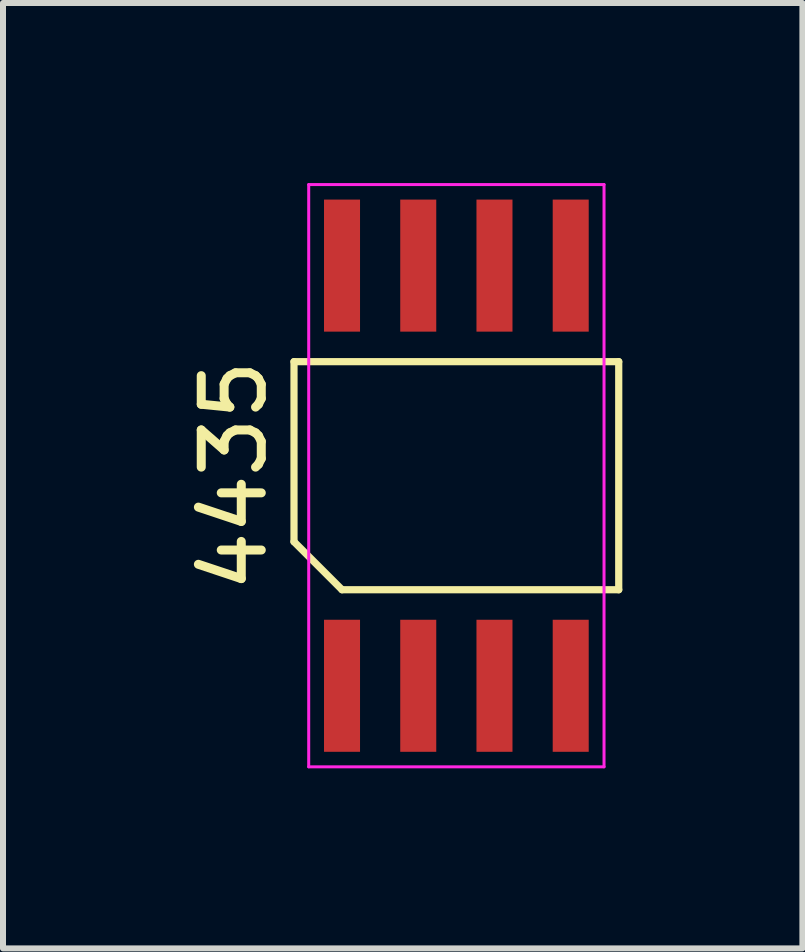
<source format=kicad_pcb>
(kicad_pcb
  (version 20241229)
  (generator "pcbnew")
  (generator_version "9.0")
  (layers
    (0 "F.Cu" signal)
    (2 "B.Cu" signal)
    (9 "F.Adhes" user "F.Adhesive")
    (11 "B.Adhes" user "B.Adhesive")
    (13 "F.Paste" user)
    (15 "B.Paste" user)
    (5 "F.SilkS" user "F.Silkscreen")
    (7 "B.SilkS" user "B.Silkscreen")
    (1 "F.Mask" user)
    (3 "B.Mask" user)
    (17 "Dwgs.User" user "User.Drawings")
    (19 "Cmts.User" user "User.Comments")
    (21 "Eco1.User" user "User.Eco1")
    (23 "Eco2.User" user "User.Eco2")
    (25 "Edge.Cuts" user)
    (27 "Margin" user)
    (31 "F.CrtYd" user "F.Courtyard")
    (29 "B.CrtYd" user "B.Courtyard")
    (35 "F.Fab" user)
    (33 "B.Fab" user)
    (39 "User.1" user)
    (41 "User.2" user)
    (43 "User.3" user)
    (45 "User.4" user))
  (footprint "4435"
    (layer "F.Cu")
    (at 4.553 4.875)
    (property "Reference" "4435" (at -3.705 0 90) (layer "F.SilkS") (effects (font (size 1 1) (thickness 0.15))))
    (attr smd)
    (fp_line (start -2.705 -1.9) (end 2.705 -1.9) (stroke (width 0.12) (type default)) (layer "F.SilkS"))
    (fp_line (start -2.705 1.1) (end -2.705 -1.9) (stroke (width 0.12) (type default)) (layer "F.SilkS"))
    (fp_line (start -1.905 1.9) (end -2.705 1.1) (stroke (width 0.12) (type default)) (layer "F.SilkS"))
    (fp_line (start 2.705 -1.9) (end 2.705 1.9) (stroke (width 0.12) (type default)) (layer "F.SilkS"))
    (fp_line (start 2.705 1.9) (end -1.905 1.9) (stroke (width 0.12) (type default)) (layer "F.SilkS"))
    (fp_line (start -2.46 -4.85) (end 2.46 -4.85) (stroke (width 0.05) (type default)) (layer "F.CrtYd"))
    (fp_line (start -2.46 4.85) (end -2.46 -4.85) (stroke (width 0.05) (type default)) (layer "F.CrtYd"))
    (fp_line (start 2.46 -4.85) (end 2.46 4.85) (stroke (width 0.05) (type default)) (layer "F.CrtYd"))
    (fp_line (start 2.46 4.85) (end -2.46 4.85) (stroke (width 0.05) (type default)) (layer "F.CrtYd"))
    (pad "1" smd rect (at -1.905 -3.5) (size 0.6 2.2) (layers "F.Cu" "F.Mask" "F.Paste"))
    (pad "1" smd rect (at -0.635 -3.5) (size 0.6 2.2) (layers "F.Cu" "F.Mask" "F.Paste"))
    (pad "1" smd rect (at 0.635 -3.5) (size 0.6 2.2) (layers "F.Cu" "F.Mask" "F.Paste"))
    (pad "1" smd rect (at 1.905 -3.5) (size 0.6 2.2) (layers "F.Cu" "F.Mask" "F.Paste"))
    (pad "2" smd rect (at 1.905 3.5) (size 0.6 2.2) (layers "F.Cu" "F.Mask" "F.Paste"))
    (pad "3" smd rect (at -1.905 3.5) (size 0.6 2.2) (layers "F.Cu" "F.Mask" "F.Paste"))
    (pad "3" smd rect (at -0.635 3.5) (size 0.6 2.2) (layers "F.Cu" "F.Mask" "F.Paste"))
    (pad "3" smd rect (at 0.635 3.5) (size 0.6 2.2) (layers "F.Cu" "F.Mask" "F.Paste")))
  (gr_rect
    (start -3 -3)
    (end 10.318 12.75)
    (stroke (width 0.1) (type default))
    (fill no)
    (layer "Edge.Cuts")))
</source>
